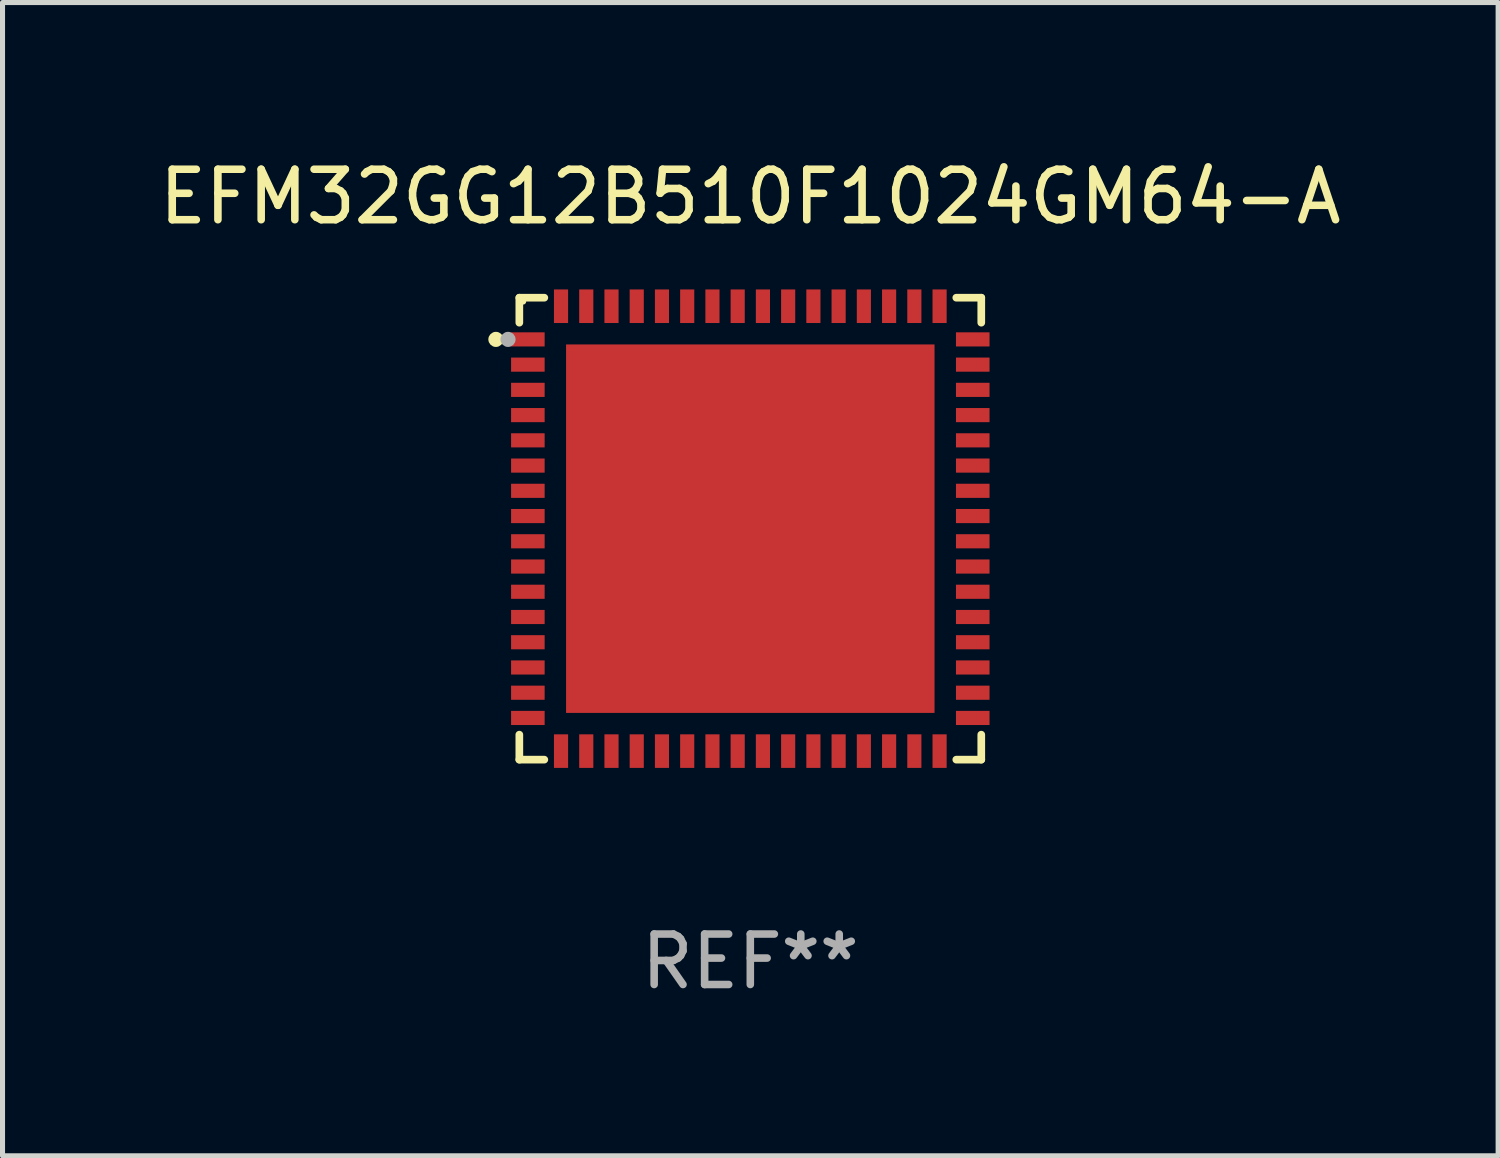
<source format=kicad_pcb>
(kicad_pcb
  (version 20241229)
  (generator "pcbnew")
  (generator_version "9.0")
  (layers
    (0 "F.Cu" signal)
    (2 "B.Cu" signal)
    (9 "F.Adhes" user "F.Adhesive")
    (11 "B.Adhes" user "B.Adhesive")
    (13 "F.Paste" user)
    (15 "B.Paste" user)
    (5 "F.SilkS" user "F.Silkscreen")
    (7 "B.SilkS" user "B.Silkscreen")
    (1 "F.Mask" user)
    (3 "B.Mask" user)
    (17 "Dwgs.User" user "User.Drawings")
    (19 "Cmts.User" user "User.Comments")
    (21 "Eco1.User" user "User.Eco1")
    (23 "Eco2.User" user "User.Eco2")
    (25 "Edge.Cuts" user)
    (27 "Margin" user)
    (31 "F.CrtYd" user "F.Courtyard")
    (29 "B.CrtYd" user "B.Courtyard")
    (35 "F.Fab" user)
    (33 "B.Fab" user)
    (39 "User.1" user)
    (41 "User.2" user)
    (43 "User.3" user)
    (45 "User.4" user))
  (footprint "EFM32GG12B510F1024GM64-A"
    (layer "F.Cu")
    (at 11.815 7.424)
    (property "Reference" "EFM32GG12B510F1024GM64-A" (at 0 -6.576 0) (layer "F.SilkS") (effects (font (size 1 1) (thickness 0.15))))
    (attr through_hole)
    (fp_line (start -4.576 -4.576) (end -4.576 -4.081) (stroke (width 0.152) (type solid)) (layer "F.SilkS"))
    (fp_line (start -4.576 4.576) (end -4.576 4.081) (stroke (width 0.152) (type solid)) (layer "F.SilkS"))
    (fp_line (start -4.081 -4.576) (end -4.576 -4.576) (stroke (width 0.152) (type solid)) (layer "F.SilkS"))
    (fp_line (start -4.081 4.576) (end -4.576 4.576) (stroke (width 0.152) (type solid)) (layer "F.SilkS"))
    (fp_line (start 4.081 -4.576) (end 4.576 -4.576) (stroke (width 0.152) (type solid)) (layer "F.SilkS"))
    (fp_line (start 4.081 4.576) (end 4.576 4.576) (stroke (width 0.152) (type solid)) (layer "F.SilkS"))
    (fp_line (start 4.576 -4.576) (end 4.576 -4.081) (stroke (width 0.152) (type solid)) (layer "F.SilkS"))
    (fp_line (start 4.576 4.576) (end 4.576 4.081) (stroke (width 0.152) (type solid)) (layer "F.SilkS"))
    (fp_circle (center -5.04 -3.75) (end -4.965 -3.75) (stroke (width 0.15) (type solid)) (fill no) (layer "F.SilkS"))
    (fp_circle (center -4.5 -4.5) (end -4.47 -4.5) (stroke (width 0.06) (type solid)) (fill no) (layer "F.SilkS"))
    (fp_circle (center -4.8 -3.75) (end -4.725 -3.75) (stroke (width 0.15) (type solid)) (fill no) (layer "F.Fab"))
    (fp_text user "REF**" (at 0 8.576 0) (layer "F.Fab") (effects (font (size 1 1) (thickness 0.15))))
    (pad "1" smd rect (at -4.407 -3.75) (size 0.665 0.28) (layers "F.Cu" "F.Mask" "F.Paste"))
    (pad "2" smd rect (at -4.407 -3.25) (size 0.665 0.28) (layers "F.Cu" "F.Mask" "F.Paste"))
    (pad "3" smd rect (at -4.407 -2.75) (size 0.665 0.28) (layers "F.Cu" "F.Mask" "F.Paste"))
    (pad "4" smd rect (at -4.407 -2.25) (size 0.665 0.28) (layers "F.Cu" "F.Mask" "F.Paste"))
    (pad "5" smd rect (at -4.407 -1.75) (size 0.665 0.28) (layers "F.Cu" "F.Mask" "F.Paste"))
    (pad "6" smd rect (at -4.407 -1.25) (size 0.665 0.28) (layers "F.Cu" "F.Mask" "F.Paste"))
    (pad "7" smd rect (at -4.407 -0.75) (size 0.665 0.28) (layers "F.Cu" "F.Mask" "F.Paste"))
    (pad "8" smd rect (at -4.407 -0.25) (size 0.665 0.28) (layers "F.Cu" "F.Mask" "F.Paste"))
    (pad "9" smd rect (at -4.407 0.25) (size 0.665 0.28) (layers "F.Cu" "F.Mask" "F.Paste"))
    (pad "10" smd rect (at -4.407 0.75) (size 0.665 0.28) (layers "F.Cu" "F.Mask" "F.Paste"))
    (pad "11" smd rect (at -4.407 1.25) (size 0.665 0.28) (layers "F.Cu" "F.Mask" "F.Paste"))
    (pad "12" smd rect (at -4.407 1.75) (size 0.665 0.28) (layers "F.Cu" "F.Mask" "F.Paste"))
    (pad "13" smd rect (at -4.407 2.25) (size 0.665 0.28) (layers "F.Cu" "F.Mask" "F.Paste"))
    (pad "14" smd rect (at -4.407 2.75) (size 0.665 0.28) (layers "F.Cu" "F.Mask" "F.Paste"))
    (pad "15" smd rect (at -4.407 3.25) (size 0.665 0.28) (layers "F.Cu" "F.Mask" "F.Paste"))
    (pad "16" smd rect (at -4.407 3.75) (size 0.665 0.28) (layers "F.Cu" "F.Mask" "F.Paste"))
    (pad "17" smd rect (at -3.75 4.407) (size 0.28 0.665) (layers "F.Cu" "F.Mask" "F.Paste"))
    (pad "18" smd rect (at -3.25 4.407) (size 0.28 0.665) (layers "F.Cu" "F.Mask" "F.Paste"))
    (pad "19" smd rect (at -2.75 4.407) (size 0.28 0.665) (layers "F.Cu" "F.Mask" "F.Paste"))
    (pad "20" smd rect (at -2.25 4.407) (size 0.28 0.665) (layers "F.Cu" "F.Mask" "F.Paste"))
    (pad "21" smd rect (at -1.75 4.407) (size 0.28 0.665) (layers "F.Cu" "F.Mask" "F.Paste"))
    (pad "22" smd rect (at -1.25 4.407) (size 0.28 0.665) (layers "F.Cu" "F.Mask" "F.Paste"))
    (pad "23" smd rect (at -0.75 4.407) (size 0.28 0.665) (layers "F.Cu" "F.Mask" "F.Paste"))
    (pad "24" smd rect (at -0.25 4.407) (size 0.28 0.665) (layers "F.Cu" "F.Mask" "F.Paste"))
    (pad "25" smd rect (at 0.25 4.407) (size 0.28 0.665) (layers "F.Cu" "F.Mask" "F.Paste"))
    (pad "26" smd rect (at 0.75 4.407) (size 0.28 0.665) (layers "F.Cu" "F.Mask" "F.Paste"))
    (pad "27" smd rect (at 1.25 4.407) (size 0.28 0.665) (layers "F.Cu" "F.Mask" "F.Paste"))
    (pad "28" smd rect (at 1.75 4.407) (size 0.28 0.665) (layers "F.Cu" "F.Mask" "F.Paste"))
    (pad "29" smd rect (at 2.25 4.407) (size 0.28 0.665) (layers "F.Cu" "F.Mask" "F.Paste"))
    (pad "30" smd rect (at 2.75 4.407) (size 0.28 0.665) (layers "F.Cu" "F.Mask" "F.Paste"))
    (pad "31" smd rect (at 3.25 4.407) (size 0.28 0.665) (layers "F.Cu" "F.Mask" "F.Paste"))
    (pad "32" smd rect (at 3.75 4.407) (size 0.28 0.665) (layers "F.Cu" "F.Mask" "F.Paste"))
    (pad "33" smd rect (at 4.407 3.75) (size 0.665 0.28) (layers "F.Cu" "F.Mask" "F.Paste"))
    (pad "34" smd rect (at 4.407 3.25) (size 0.665 0.28) (layers "F.Cu" "F.Mask" "F.Paste"))
    (pad "35" smd rect (at 4.407 2.75) (size 0.665 0.28) (layers "F.Cu" "F.Mask" "F.Paste"))
    (pad "36" smd rect (at 4.407 2.25) (size 0.665 0.28) (layers "F.Cu" "F.Mask" "F.Paste"))
    (pad "37" smd rect (at 4.407 1.75) (size 0.665 0.28) (layers "F.Cu" "F.Mask" "F.Paste"))
    (pad "38" smd rect (at 4.407 1.25) (size 0.665 0.28) (layers "F.Cu" "F.Mask" "F.Paste"))
    (pad "39" smd rect (at 4.407 0.75) (size 0.665 0.28) (layers "F.Cu" "F.Mask" "F.Paste"))
    (pad "40" smd rect (at 4.407 0.25) (size 0.665 0.28) (layers "F.Cu" "F.Mask" "F.Paste"))
    (pad "41" smd rect (at 4.407 -0.25) (size 0.665 0.28) (layers "F.Cu" "F.Mask" "F.Paste"))
    (pad "42" smd rect (at 4.407 -0.75) (size 0.665 0.28) (layers "F.Cu" "F.Mask" "F.Paste"))
    (pad "43" smd rect (at 4.407 -1.25) (size 0.665 0.28) (layers "F.Cu" "F.Mask" "F.Paste"))
    (pad "44" smd rect (at 4.407 -1.75) (size 0.665 0.28) (layers "F.Cu" "F.Mask" "F.Paste"))
    (pad "45" smd rect (at 4.407 -2.25) (size 0.665 0.28) (layers "F.Cu" "F.Mask" "F.Paste"))
    (pad "46" smd rect (at 4.407 -2.75) (size 0.665 0.28) (layers "F.Cu" "F.Mask" "F.Paste"))
    (pad "47" smd rect (at 4.407 -3.25) (size 0.665 0.28) (layers "F.Cu" "F.Mask" "F.Paste"))
    (pad "48" smd rect (at 4.407 -3.75) (size 0.665 0.28) (layers "F.Cu" "F.Mask" "F.Paste"))
    (pad "49" smd rect (at 3.75 -4.407) (size 0.28 0.665) (layers "F.Cu" "F.Mask" "F.Paste"))
    (pad "50" smd rect (at 3.25 -4.407) (size 0.28 0.665) (layers "F.Cu" "F.Mask" "F.Paste"))
    (pad "51" smd rect (at 2.75 -4.407) (size 0.28 0.665) (layers "F.Cu" "F.Mask" "F.Paste"))
    (pad "52" smd rect (at 2.25 -4.407) (size 0.28 0.665) (layers "F.Cu" "F.Mask" "F.Paste"))
    (pad "53" smd rect (at 1.75 -4.407) (size 0.28 0.665) (layers "F.Cu" "F.Mask" "F.Paste"))
    (pad "54" smd rect (at 1.25 -4.407) (size 0.28 0.665) (layers "F.Cu" "F.Mask" "F.Paste"))
    (pad "55" smd rect (at 0.75 -4.407) (size 0.28 0.665) (layers "F.Cu" "F.Mask" "F.Paste"))
    (pad "56" smd rect (at 0.25 -4.407) (size 0.28 0.665) (layers "F.Cu" "F.Mask" "F.Paste"))
    (pad "57" smd rect (at -0.25 -4.407) (size 0.28 0.665) (layers "F.Cu" "F.Mask" "F.Paste"))
    (pad "58" smd rect (at -0.75 -4.407) (size 0.28 0.665) (layers "F.Cu" "F.Mask" "F.Paste"))
    (pad "59" smd rect (at -1.25 -4.407) (size 0.28 0.665) (layers "F.Cu" "F.Mask" "F.Paste"))
    (pad "60" smd rect (at -1.75 -4.407) (size 0.28 0.665) (layers "F.Cu" "F.Mask" "F.Paste"))
    (pad "61" smd rect (at -2.25 -4.407) (size 0.28 0.665) (layers "F.Cu" "F.Mask" "F.Paste"))
    (pad "62" smd rect (at -2.75 -4.407) (size 0.28 0.665) (layers "F.Cu" "F.Mask" "F.Paste"))
    (pad "63" smd rect (at -3.25 -4.407) (size 0.28 0.665) (layers "F.Cu" "F.Mask" "F.Paste"))
    (pad "64" smd rect (at -3.75 -4.407) (size 0.28 0.665) (layers "F.Cu" "F.Mask" "F.Paste"))
    (pad "65" smd rect (at 0 0) (size 7.3 7.3) (layers "F.Cu" "F.Mask" "F.Paste")))
  (gr_rect
    (start -3 -3)
    (end 26.631 19.849)
    (stroke (width 0.1) (type default))
    (fill no)
    (layer "Edge.Cuts")))
</source>
